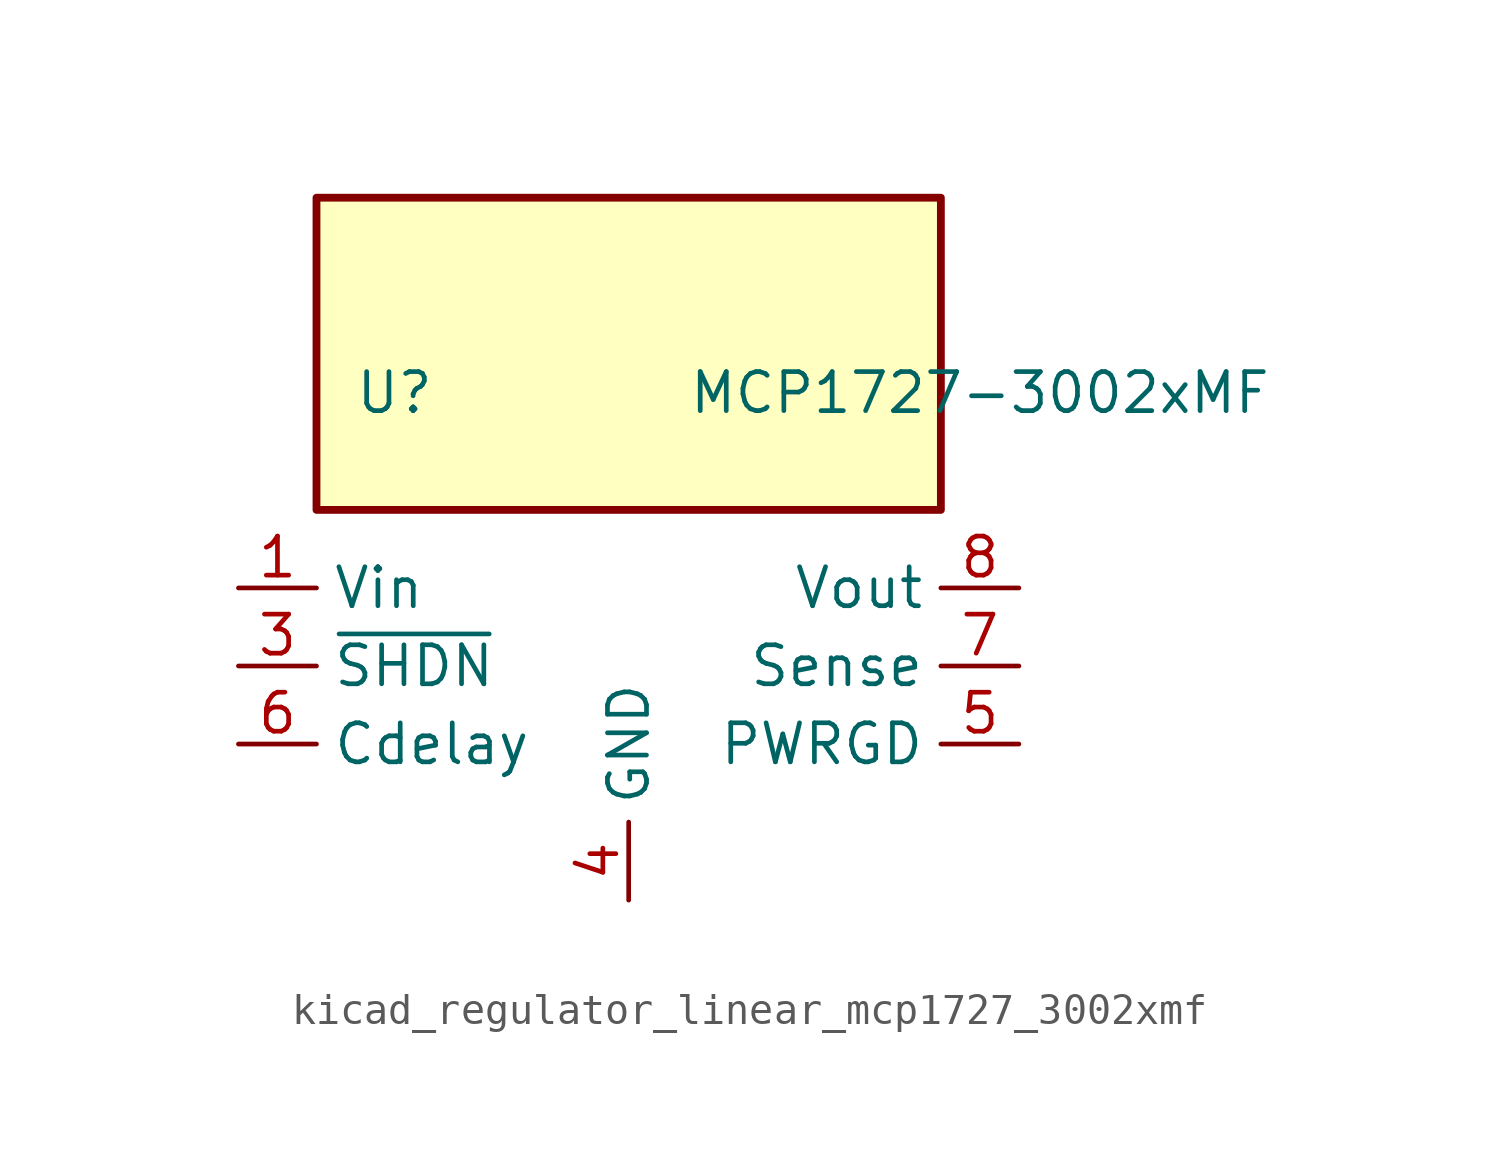
<source format=kicad_sym>
(kicad_symbol_lib
  (version 20220914)
  (generator kicad_symbol_editor)
  (symbol "kicad_regulator_linear_mcp1727_3002xmf"
    (property "Reference" "U"
      (at -7.62 8.89 0)
      (effects (font (size 1.27 1.27))))
    (property "Value" "MCP1727-3002xMF"
      (at 11.43 8.89 0)
      (effects (font (size 1.27 1.27))))
    (symbol "kicad_regulator_linear_mcp1727_3002xmf_0_0"
      (pin open_collector line (at 12.7 -2.54 180) (length 2.54) (name "PWRGD" (effects (font (size 1.27 1.27)))) (number "5" (effects (font (size 1.27 1.27)))))
      (pin input line (at -12.7 -2.54 0) (length 2.54) (name "Cdelay" (effects (font (size 1.27 1.27)))) (number "6" (effects (font (size 1.27 1.27)))))
      (pin input line (at 12.7 0 180) (length 2.54) (name "Sense" (effects (font (size 1.27 1.27)))) (number "7" (effects (font (size 1.27 1.27)))))
      (pin power_out line (at 12.7 2.54 180) (length 2.54) (name "Vout" (effects (font (size 1.27 1.27)))) (number "8" (effects (font (size 1.27 1.27))))))
    (symbol "kicad_regulator_linear_mcp1727_3002xmf_0_1"
      (rectangle (start 10.16 15.24) (end -10.16 5.08) (stroke (width 0.254) (type default)) (fill (type background))))
    (symbol "kicad_regulator_linear_mcp1727_3002xmf_1_1"
      (pin power_in line (at -12.7 2.54 0) (length 2.54) (name "Vin" (effects (font (size 1.27 1.27)))) (number "1" (effects (font (size 1.27 1.27)))))
      (pin passive line (at -12.7 2.54 0) (length 2.54) hide (name "Vin" (effects (font (size 1.27 1.27)))) (number "2" (effects (font (size 1.27 1.27)))))
      (pin input line (at -12.7 0 0) (length 2.54) (name "~{SHDN}" (effects (font (size 1.27 1.27)))) (number "3" (effects (font (size 1.27 1.27)))))
      (pin power_in line (at 0 -7.62 90) (length 2.54) (name "GND" (effects (font (size 1.27 1.27)))) (number "4" (effects (font (size 1.27 1.27)))))
      (pin passive line (at 0 -7.62 90) (length 2.54) hide (name "GND" (effects (font (size 1.27 1.27)))) (number "9" (effects (font (size 1.27 1.27))))))))
</source>
